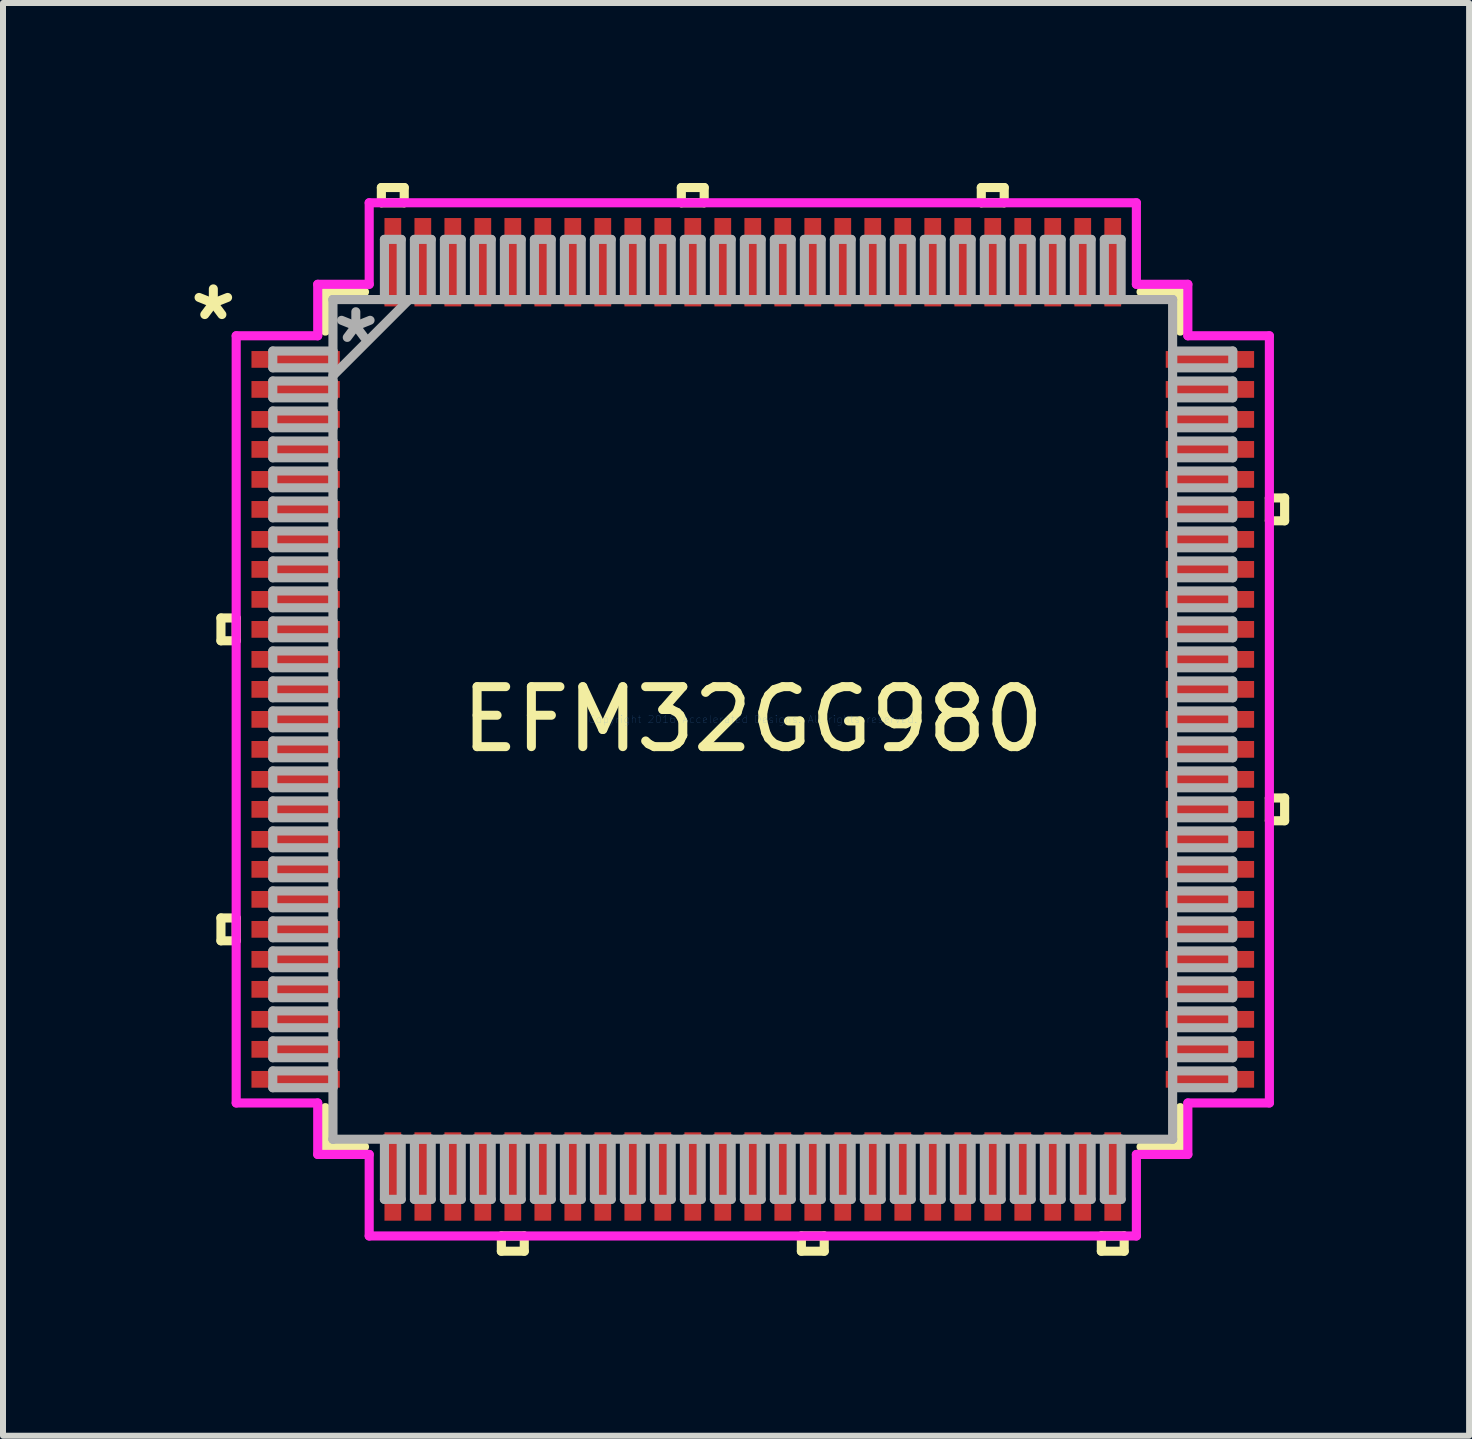
<source format=kicad_pcb>
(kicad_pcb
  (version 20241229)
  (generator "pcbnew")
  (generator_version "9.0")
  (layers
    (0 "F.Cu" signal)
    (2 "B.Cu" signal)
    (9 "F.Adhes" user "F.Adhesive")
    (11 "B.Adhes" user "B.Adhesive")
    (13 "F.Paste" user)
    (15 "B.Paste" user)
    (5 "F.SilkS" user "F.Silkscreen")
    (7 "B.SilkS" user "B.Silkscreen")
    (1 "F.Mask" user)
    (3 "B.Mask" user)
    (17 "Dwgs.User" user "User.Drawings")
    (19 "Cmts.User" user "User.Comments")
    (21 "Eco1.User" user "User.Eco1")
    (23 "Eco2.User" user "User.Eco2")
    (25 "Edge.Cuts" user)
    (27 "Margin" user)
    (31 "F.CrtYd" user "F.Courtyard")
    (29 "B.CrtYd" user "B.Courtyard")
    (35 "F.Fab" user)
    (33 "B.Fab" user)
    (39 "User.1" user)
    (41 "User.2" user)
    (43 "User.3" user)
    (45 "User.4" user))
  (footprint "EFM32GG980"
    (layer "F.Cu")
    (at 9.498 8.941)
    (property "Reference" "EFM32GG980" (at 0 0 0) (layer "F.SilkS") (effects (font (size 1 1) (thickness 0.15))))
    (attr through_hole)
    (fp_line (start -8.865 -1.69) (end -8.865 -1.31) (stroke (width 0.152) (type solid)) (layer "F.SilkS"))
    (fp_line (start -8.865 -1.31) (end -8.611 -1.31) (stroke (width 0.152) (type solid)) (layer "F.SilkS"))
    (fp_line (start -8.865 3.31) (end -8.865 3.691) (stroke (width 0.152) (type solid)) (layer "F.SilkS"))
    (fp_line (start -8.865 3.691) (end -8.611 3.691) (stroke (width 0.152) (type solid)) (layer "F.SilkS"))
    (fp_line (start -8.611 -1.69) (end -8.865 -1.69) (stroke (width 0.152) (type solid)) (layer "F.SilkS"))
    (fp_line (start -8.611 -1.31) (end -8.611 -1.69) (stroke (width 0.152) (type solid)) (layer "F.SilkS"))
    (fp_line (start -8.611 3.31) (end -8.865 3.31) (stroke (width 0.152) (type solid)) (layer "F.SilkS"))
    (fp_line (start -8.611 3.691) (end -8.611 3.31) (stroke (width 0.152) (type solid)) (layer "F.SilkS"))
    (fp_line (start -7.125 -7.125) (end -7.125 -6.472) (stroke (width 0.152) (type solid)) (layer "F.SilkS"))
    (fp_line (start -7.125 6.472) (end -7.125 7.125) (stroke (width 0.152) (type solid)) (layer "F.SilkS"))
    (fp_line (start -7.125 7.125) (end -6.472 7.125) (stroke (width 0.152) (type solid)) (layer "F.SilkS"))
    (fp_line (start -6.472 -7.125) (end -7.125 -7.125) (stroke (width 0.152) (type solid)) (layer "F.SilkS"))
    (fp_line (start -6.191 -8.865) (end -5.81 -8.865) (stroke (width 0.152) (type solid)) (layer "F.SilkS"))
    (fp_line (start -6.191 -8.611) (end -6.191 -8.865) (stroke (width 0.152) (type solid)) (layer "F.SilkS"))
    (fp_line (start -5.81 -8.865) (end -5.81 -8.611) (stroke (width 0.152) (type solid)) (layer "F.SilkS"))
    (fp_line (start -5.81 -8.611) (end -6.191 -8.611) (stroke (width 0.152) (type solid)) (layer "F.SilkS"))
    (fp_line (start -4.191 8.611) (end -4.191 8.865) (stroke (width 0.152) (type solid)) (layer "F.SilkS"))
    (fp_line (start -4.191 8.865) (end -3.809 8.865) (stroke (width 0.152) (type solid)) (layer "F.SilkS"))
    (fp_line (start -3.809 8.611) (end -4.191 8.611) (stroke (width 0.152) (type solid)) (layer "F.SilkS"))
    (fp_line (start -3.809 8.865) (end -3.809 8.611) (stroke (width 0.152) (type solid)) (layer "F.SilkS"))
    (fp_line (start -1.191 -8.865) (end -0.81 -8.865) (stroke (width 0.152) (type solid)) (layer "F.SilkS"))
    (fp_line (start -1.191 -8.611) (end -1.191 -8.865) (stroke (width 0.152) (type solid)) (layer "F.SilkS"))
    (fp_line (start -0.81 -8.865) (end -0.81 -8.611) (stroke (width 0.152) (type solid)) (layer "F.SilkS"))
    (fp_line (start -0.81 -8.611) (end -1.191 -8.611) (stroke (width 0.152) (type solid)) (layer "F.SilkS"))
    (fp_line (start 0.81 8.611) (end 0.81 8.865) (stroke (width 0.152) (type solid)) (layer "F.SilkS"))
    (fp_line (start 0.81 8.865) (end 1.191 8.865) (stroke (width 0.152) (type solid)) (layer "F.SilkS"))
    (fp_line (start 1.191 8.611) (end 0.81 8.611) (stroke (width 0.152) (type solid)) (layer "F.SilkS"))
    (fp_line (start 1.191 8.865) (end 1.191 8.611) (stroke (width 0.152) (type solid)) (layer "F.SilkS"))
    (fp_line (start 3.809 -8.865) (end 4.191 -8.865) (stroke (width 0.152) (type solid)) (layer "F.SilkS"))
    (fp_line (start 3.809 -8.611) (end 3.809 -8.865) (stroke (width 0.152) (type solid)) (layer "F.SilkS"))
    (fp_line (start 4.191 -8.865) (end 4.191 -8.611) (stroke (width 0.152) (type solid)) (layer "F.SilkS"))
    (fp_line (start 4.191 -8.611) (end 3.809 -8.611) (stroke (width 0.152) (type solid)) (layer "F.SilkS"))
    (fp_line (start 5.81 8.611) (end 5.81 8.865) (stroke (width 0.152) (type solid)) (layer "F.SilkS"))
    (fp_line (start 5.81 8.865) (end 6.191 8.865) (stroke (width 0.152) (type solid)) (layer "F.SilkS"))
    (fp_line (start 6.191 8.611) (end 5.81 8.611) (stroke (width 0.152) (type solid)) (layer "F.SilkS"))
    (fp_line (start 6.191 8.865) (end 6.191 8.611) (stroke (width 0.152) (type solid)) (layer "F.SilkS"))
    (fp_line (start 6.472 7.125) (end 7.125 7.125) (stroke (width 0.152) (type solid)) (layer "F.SilkS"))
    (fp_line (start 7.125 -7.125) (end 6.472 -7.125) (stroke (width 0.152) (type solid)) (layer "F.SilkS"))
    (fp_line (start 7.125 -6.472) (end 7.125 -7.125) (stroke (width 0.152) (type solid)) (layer "F.SilkS"))
    (fp_line (start 7.125 7.125) (end 7.125 6.472) (stroke (width 0.152) (type solid)) (layer "F.SilkS"))
    (fp_line (start 8.611 -3.691) (end 8.865 -3.691) (stroke (width 0.152) (type solid)) (layer "F.SilkS"))
    (fp_line (start 8.611 -3.31) (end 8.611 -3.691) (stroke (width 0.152) (type solid)) (layer "F.SilkS"))
    (fp_line (start 8.611 1.31) (end 8.865 1.31) (stroke (width 0.152) (type solid)) (layer "F.SilkS"))
    (fp_line (start 8.611 1.69) (end 8.611 1.31) (stroke (width 0.152) (type solid)) (layer "F.SilkS"))
    (fp_line (start 8.865 -3.691) (end 8.865 -3.31) (stroke (width 0.152) (type solid)) (layer "F.SilkS"))
    (fp_line (start 8.865 -3.31) (end 8.611 -3.31) (stroke (width 0.152) (type solid)) (layer "F.SilkS"))
    (fp_line (start 8.865 1.31) (end 8.865 1.69) (stroke (width 0.152) (type solid)) (layer "F.SilkS"))
    (fp_line (start 8.865 1.69) (end 8.611 1.69) (stroke (width 0.152) (type solid)) (layer "F.SilkS"))
    (fp_line (start -8.611 -6.394) (end -7.252 -6.394) (stroke (width 0.152) (type solid)) (layer "F.CrtYd"))
    (fp_line (start -8.611 6.394) (end -8.611 -6.394) (stroke (width 0.152) (type solid)) (layer "F.CrtYd"))
    (fp_line (start -7.252 -7.252) (end -6.394 -7.252) (stroke (width 0.152) (type solid)) (layer "F.CrtYd"))
    (fp_line (start -7.252 -6.394) (end -7.252 -7.252) (stroke (width 0.152) (type solid)) (layer "F.CrtYd"))
    (fp_line (start -7.252 6.394) (end -8.611 6.394) (stroke (width 0.152) (type solid)) (layer "F.CrtYd"))
    (fp_line (start -7.252 7.252) (end -7.252 6.394) (stroke (width 0.152) (type solid)) (layer "F.CrtYd"))
    (fp_line (start -6.394 -8.611) (end 6.394 -8.611) (stroke (width 0.152) (type solid)) (layer "F.CrtYd"))
    (fp_line (start -6.394 -7.252) (end -6.394 -8.611) (stroke (width 0.152) (type solid)) (layer "F.CrtYd"))
    (fp_line (start -6.394 7.252) (end -7.252 7.252) (stroke (width 0.152) (type solid)) (layer "F.CrtYd"))
    (fp_line (start -6.394 8.611) (end -6.394 7.252) (stroke (width 0.152) (type solid)) (layer "F.CrtYd"))
    (fp_line (start 6.394 -8.611) (end 6.394 -7.252) (stroke (width 0.152) (type solid)) (layer "F.CrtYd"))
    (fp_line (start 6.394 -7.252) (end 7.252 -7.252) (stroke (width 0.152) (type solid)) (layer "F.CrtYd"))
    (fp_line (start 6.394 7.252) (end 6.394 8.611) (stroke (width 0.152) (type solid)) (layer "F.CrtYd"))
    (fp_line (start 6.394 8.611) (end -6.394 8.611) (stroke (width 0.152) (type solid)) (layer "F.CrtYd"))
    (fp_line (start 7.252 -7.252) (end 7.252 -6.394) (stroke (width 0.152) (type solid)) (layer "F.CrtYd"))
    (fp_line (start 7.252 -6.394) (end 8.611 -6.394) (stroke (width 0.152) (type solid)) (layer "F.CrtYd"))
    (fp_line (start 7.252 6.394) (end 7.252 7.252) (stroke (width 0.152) (type solid)) (layer "F.CrtYd"))
    (fp_line (start 7.252 7.252) (end 6.394 7.252) (stroke (width 0.152) (type solid)) (layer "F.CrtYd"))
    (fp_line (start 8.611 -6.394) (end 8.611 6.394) (stroke (width 0.152) (type solid)) (layer "F.CrtYd"))
    (fp_line (start 8.611 6.394) (end 7.252 6.394) (stroke (width 0.152) (type solid)) (layer "F.CrtYd"))
    (fp_line (start -8.001 -6.14) (end -8.001 -5.86) (stroke (width 0.152) (type solid)) (layer "F.Fab"))
    (fp_line (start -8.001 -5.86) (end -6.998 -5.86) (stroke (width 0.152) (type solid)) (layer "F.Fab"))
    (fp_line (start -8.001 -5.64) (end -8.001 -5.36) (stroke (width 0.152) (type solid)) (layer "F.Fab"))
    (fp_line (start -8.001 -5.36) (end -6.998 -5.36) (stroke (width 0.152) (type solid)) (layer "F.Fab"))
    (fp_line (start -8.001 -5.14) (end -8.001 -4.86) (stroke (width 0.152) (type solid)) (layer "F.Fab"))
    (fp_line (start -8.001 -4.86) (end -6.998 -4.86) (stroke (width 0.152) (type solid)) (layer "F.Fab"))
    (fp_line (start -8.001 -4.64) (end -8.001 -4.36) (stroke (width 0.152) (type solid)) (layer "F.Fab"))
    (fp_line (start -8.001 -4.36) (end -6.998 -4.36) (stroke (width 0.152) (type solid)) (layer "F.Fab"))
    (fp_line (start -8.001 -4.14) (end -8.001 -3.86) (stroke (width 0.152) (type solid)) (layer "F.Fab"))
    (fp_line (start -8.001 -3.86) (end -6.998 -3.86) (stroke (width 0.152) (type solid)) (layer "F.Fab"))
    (fp_line (start -8.001 -3.64) (end -8.001 -3.36) (stroke (width 0.152) (type solid)) (layer "F.Fab"))
    (fp_line (start -8.001 -3.36) (end -6.998 -3.36) (stroke (width 0.152) (type solid)) (layer "F.Fab"))
    (fp_line (start -8.001 -3.14) (end -8.001 -2.86) (stroke (width 0.152) (type solid)) (layer "F.Fab"))
    (fp_line (start -8.001 -2.86) (end -6.998 -2.86) (stroke (width 0.152) (type solid)) (layer "F.Fab"))
    (fp_line (start -8.001 -2.64) (end -8.001 -2.36) (stroke (width 0.152) (type solid)) (layer "F.Fab"))
    (fp_line (start -8.001 -2.36) (end -6.998 -2.36) (stroke (width 0.152) (type solid)) (layer "F.Fab"))
    (fp_line (start -8.001 -2.14) (end -8.001 -1.86) (stroke (width 0.152) (type solid)) (layer "F.Fab"))
    (fp_line (start -8.001 -1.86) (end -6.998 -1.86) (stroke (width 0.152) (type solid)) (layer "F.Fab"))
    (fp_line (start -8.001 -1.64) (end -8.001 -1.36) (stroke (width 0.152) (type solid)) (layer "F.Fab"))
    (fp_line (start -8.001 -1.36) (end -6.998 -1.36) (stroke (width 0.152) (type solid)) (layer "F.Fab"))
    (fp_line (start -8.001 -1.14) (end -8.001 -0.86) (stroke (width 0.152) (type solid)) (layer "F.Fab"))
    (fp_line (start -8.001 -0.86) (end -6.998 -0.86) (stroke (width 0.152) (type solid)) (layer "F.Fab"))
    (fp_line (start -8.001 -0.64) (end -8.001 -0.36) (stroke (width 0.152) (type solid)) (layer "F.Fab"))
    (fp_line (start -8.001 -0.36) (end -6.998 -0.36) (stroke (width 0.152) (type solid)) (layer "F.Fab"))
    (fp_line (start -8.001 -0.14) (end -8.001 0.14) (stroke (width 0.152) (type solid)) (layer "F.Fab"))
    (fp_line (start -8.001 0.14) (end -6.998 0.14) (stroke (width 0.152) (type solid)) (layer "F.Fab"))
    (fp_line (start -8.001 0.36) (end -8.001 0.64) (stroke (width 0.152) (type solid)) (layer "F.Fab"))
    (fp_line (start -8.001 0.64) (end -6.998 0.64) (stroke (width 0.152) (type solid)) (layer "F.Fab"))
    (fp_line (start -8.001 0.86) (end -8.001 1.14) (stroke (width 0.152) (type solid)) (layer "F.Fab"))
    (fp_line (start -8.001 1.14) (end -6.998 1.14) (stroke (width 0.152) (type solid)) (layer "F.Fab"))
    (fp_line (start -8.001 1.36) (end -8.001 1.64) (stroke (width 0.152) (type solid)) (layer "F.Fab"))
    (fp_line (start -8.001 1.64) (end -6.998 1.64) (stroke (width 0.152) (type solid)) (layer "F.Fab"))
    (fp_line (start -8.001 1.86) (end -8.001 2.14) (stroke (width 0.152) (type solid)) (layer "F.Fab"))
    (fp_line (start -8.001 2.14) (end -6.998 2.14) (stroke (width 0.152) (type solid)) (layer "F.Fab"))
    (fp_line (start -8.001 2.36) (end -8.001 2.64) (stroke (width 0.152) (type solid)) (layer "F.Fab"))
    (fp_line (start -8.001 2.64) (end -6.998 2.64) (stroke (width 0.152) (type solid)) (layer "F.Fab"))
    (fp_line (start -8.001 2.86) (end -8.001 3.14) (stroke (width 0.152) (type solid)) (layer "F.Fab"))
    (fp_line (start -8.001 3.14) (end -6.998 3.14) (stroke (width 0.152) (type solid)) (layer "F.Fab"))
    (fp_line (start -8.001 3.36) (end -8.001 3.64) (stroke (width 0.152) (type solid)) (layer "F.Fab"))
    (fp_line (start -8.001 3.64) (end -6.998 3.64) (stroke (width 0.152) (type solid)) (layer "F.Fab"))
    (fp_line (start -8.001 3.86) (end -8.001 4.14) (stroke (width 0.152) (type solid)) (layer "F.Fab"))
    (fp_line (start -8.001 4.14) (end -6.998 4.14) (stroke (width 0.152) (type solid)) (layer "F.Fab"))
    (fp_line (start -8.001 4.36) (end -8.001 4.64) (stroke (width 0.152) (type solid)) (layer "F.Fab"))
    (fp_line (start -8.001 4.64) (end -6.998 4.64) (stroke (width 0.152) (type solid)) (layer "F.Fab"))
    (fp_line (start -8.001 4.86) (end -8.001 5.14) (stroke (width 0.152) (type solid)) (layer "F.Fab"))
    (fp_line (start -8.001 5.14) (end -6.998 5.14) (stroke (width 0.152) (type solid)) (layer "F.Fab"))
    (fp_line (start -8.001 5.36) (end -8.001 5.64) (stroke (width 0.152) (type solid)) (layer "F.Fab"))
    (fp_line (start -8.001 5.64) (end -6.998 5.64) (stroke (width 0.152) (type solid)) (layer "F.Fab"))
    (fp_line (start -8.001 5.86) (end -8.001 6.14) (stroke (width 0.152) (type solid)) (layer "F.Fab"))
    (fp_line (start -8.001 6.14) (end -6.998 6.14) (stroke (width 0.152) (type solid)) (layer "F.Fab"))
    (fp_line (start -6.998 -6.998) (end -6.998 -6.998) (stroke (width 0.152) (type solid)) (layer "F.Fab"))
    (fp_line (start -6.998 -6.998) (end -6.998 6.998) (stroke (width 0.152) (type solid)) (layer "F.Fab"))
    (fp_line (start -6.998 -6.14) (end -8.001 -6.14) (stroke (width 0.152) (type solid)) (layer "F.Fab"))
    (fp_line (start -6.998 -5.86) (end -6.998 -6.14) (stroke (width 0.152) (type solid)) (layer "F.Fab"))
    (fp_line (start -6.998 -5.728) (end -5.728 -6.998) (stroke (width 0.152) (type solid)) (layer "F.Fab"))
    (fp_line (start -6.998 -5.64) (end -8.001 -5.64) (stroke (width 0.152) (type solid)) (layer "F.Fab"))
    (fp_line (start -6.998 -5.36) (end -6.998 -5.64) (stroke (width 0.152) (type solid)) (layer "F.Fab"))
    (fp_line (start -6.998 -5.14) (end -8.001 -5.14) (stroke (width 0.152) (type solid)) (layer "F.Fab"))
    (fp_line (start -6.998 -4.86) (end -6.998 -5.14) (stroke (width 0.152) (type solid)) (layer "F.Fab"))
    (fp_line (start -6.998 -4.64) (end -8.001 -4.64) (stroke (width 0.152) (type solid)) (layer "F.Fab"))
    (fp_line (start -6.998 -4.36) (end -6.998 -4.64) (stroke (width 0.152) (type solid)) (layer "F.Fab"))
    (fp_line (start -6.998 -4.14) (end -8.001 -4.14) (stroke (width 0.152) (type solid)) (layer "F.Fab"))
    (fp_line (start -6.998 -3.86) (end -6.998 -4.14) (stroke (width 0.152) (type solid)) (layer "F.Fab"))
    (fp_line (start -6.998 -3.64) (end -8.001 -3.64) (stroke (width 0.152) (type solid)) (layer "F.Fab"))
    (fp_line (start -6.998 -3.36) (end -6.998 -3.64) (stroke (width 0.152) (type solid)) (layer "F.Fab"))
    (fp_line (start -6.998 -3.14) (end -8.001 -3.14) (stroke (width 0.152) (type solid)) (layer "F.Fab"))
    (fp_line (start -6.998 -2.86) (end -6.998 -3.14) (stroke (width 0.152) (type solid)) (layer "F.Fab"))
    (fp_line (start -6.998 -2.64) (end -8.001 -2.64) (stroke (width 0.152) (type solid)) (layer "F.Fab"))
    (fp_line (start -6.998 -2.36) (end -6.998 -2.64) (stroke (width 0.152) (type solid)) (layer "F.Fab"))
    (fp_line (start -6.998 -2.14) (end -8.001 -2.14) (stroke (width 0.152) (type solid)) (layer "F.Fab"))
    (fp_line (start -6.998 -1.86) (end -6.998 -2.14) (stroke (width 0.152) (type solid)) (layer "F.Fab"))
    (fp_line (start -6.998 -1.64) (end -8.001 -1.64) (stroke (width 0.152) (type solid)) (layer "F.Fab"))
    (fp_line (start -6.998 -1.36) (end -6.998 -1.64) (stroke (width 0.152) (type solid)) (layer "F.Fab"))
    (fp_line (start -6.998 -1.14) (end -8.001 -1.14) (stroke (width 0.152) (type solid)) (layer "F.Fab"))
    (fp_line (start -6.998 -0.86) (end -6.998 -1.14) (stroke (width 0.152) (type solid)) (layer "F.Fab"))
    (fp_line (start -6.998 -0.64) (end -8.001 -0.64) (stroke (width 0.152) (type solid)) (layer "F.Fab"))
    (fp_line (start -6.998 -0.36) (end -6.998 -0.64) (stroke (width 0.152) (type solid)) (layer "F.Fab"))
    (fp_line (start -6.998 -0.14) (end -8.001 -0.14) (stroke (width 0.152) (type solid)) (layer "F.Fab"))
    (fp_line (start -6.998 0.14) (end -6.998 -0.14) (stroke (width 0.152) (type solid)) (layer "F.Fab"))
    (fp_line (start -6.998 0.36) (end -8.001 0.36) (stroke (width 0.152) (type solid)) (layer "F.Fab"))
    (fp_line (start -6.998 0.64) (end -6.998 0.36) (stroke (width 0.152) (type solid)) (layer "F.Fab"))
    (fp_line (start -6.998 0.86) (end -8.001 0.86) (stroke (width 0.152) (type solid)) (layer "F.Fab"))
    (fp_line (start -6.998 1.14) (end -6.998 0.86) (stroke (width 0.152) (type solid)) (layer "F.Fab"))
    (fp_line (start -6.998 1.36) (end -8.001 1.36) (stroke (width 0.152) (type solid)) (layer "F.Fab"))
    (fp_line (start -6.998 1.64) (end -6.998 1.36) (stroke (width 0.152) (type solid)) (layer "F.Fab"))
    (fp_line (start -6.998 1.86) (end -8.001 1.86) (stroke (width 0.152) (type solid)) (layer "F.Fab"))
    (fp_line (start -6.998 2.14) (end -6.998 1.86) (stroke (width 0.152) (type solid)) (layer "F.Fab"))
    (fp_line (start -6.998 2.36) (end -8.001 2.36) (stroke (width 0.152) (type solid)) (layer "F.Fab"))
    (fp_line (start -6.998 2.64) (end -6.998 2.36) (stroke (width 0.152) (type solid)) (layer "F.Fab"))
    (fp_line (start -6.998 2.86) (end -8.001 2.86) (stroke (width 0.152) (type solid)) (layer "F.Fab"))
    (fp_line (start -6.998 3.14) (end -6.998 2.86) (stroke (width 0.152) (type solid)) (layer "F.Fab"))
    (fp_line (start -6.998 3.36) (end -8.001 3.36) (stroke (width 0.152) (type solid)) (layer "F.Fab"))
    (fp_line (start -6.998 3.64) (end -6.998 3.36) (stroke (width 0.152) (type solid)) (layer "F.Fab"))
    (fp_line (start -6.998 3.86) (end -8.001 3.86) (stroke (width 0.152) (type solid)) (layer "F.Fab"))
    (fp_line (start -6.998 4.14) (end -6.998 3.86) (stroke (width 0.152) (type solid)) (layer "F.Fab"))
    (fp_line (start -6.998 4.36) (end -8.001 4.36) (stroke (width 0.152) (type solid)) (layer "F.Fab"))
    (fp_line (start -6.998 4.64) (end -6.998 4.36) (stroke (width 0.152) (type solid)) (layer "F.Fab"))
    (fp_line (start -6.998 4.86) (end -8.001 4.86) (stroke (width 0.152) (type solid)) (layer "F.Fab"))
    (fp_line (start -6.998 5.14) (end -6.998 4.86) (stroke (width 0.152) (type solid)) (layer "F.Fab"))
    (fp_line (start -6.998 5.36) (end -8.001 5.36) (stroke (width 0.152) (type solid)) (layer "F.Fab"))
    (fp_line (start -6.998 5.64) (end -6.998 5.36) (stroke (width 0.152) (type solid)) (layer "F.Fab"))
    (fp_line (start -6.998 5.86) (end -8.001 5.86) (stroke (width 0.152) (type solid)) (layer "F.Fab"))
    (fp_line (start -6.998 6.14) (end -6.998 5.86) (stroke (width 0.152) (type solid)) (layer "F.Fab"))
    (fp_line (start -6.998 6.998) (end -6.998 6.998) (stroke (width 0.152) (type solid)) (layer "F.Fab"))
    (fp_line (start -6.998 6.998) (end 6.998 6.998) (stroke (width 0.152) (type solid)) (layer "F.Fab"))
    (fp_line (start -6.14 -8.001) (end -6.14 -6.998) (stroke (width 0.152) (type solid)) (layer "F.Fab"))
    (fp_line (start -6.14 -6.998) (end -5.86 -6.998) (stroke (width 0.152) (type solid)) (layer "F.Fab"))
    (fp_line (start -6.14 6.998) (end -6.14 8.001) (stroke (width 0.152) (type solid)) (layer "F.Fab"))
    (fp_line (start -6.14 8.001) (end -5.86 8.001) (stroke (width 0.152) (type solid)) (layer "F.Fab"))
    (fp_line (start -5.86 -8.001) (end -6.14 -8.001) (stroke (width 0.152) (type solid)) (layer "F.Fab"))
    (fp_line (start -5.86 -6.998) (end -5.86 -8.001) (stroke (width 0.152) (type solid)) (layer "F.Fab"))
    (fp_line (start -5.86 6.998) (end -6.14 6.998) (stroke (width 0.152) (type solid)) (layer "F.Fab"))
    (fp_line (start -5.86 8.001) (end -5.86 6.998) (stroke (width 0.152) (type solid)) (layer "F.Fab"))
    (fp_line (start -5.64 -8.001) (end -5.64 -6.998) (stroke (width 0.152) (type solid)) (layer "F.Fab"))
    (fp_line (start -5.64 -6.998) (end -5.36 -6.998) (stroke (width 0.152) (type solid)) (layer "F.Fab"))
    (fp_line (start -5.64 6.998) (end -5.64 8.001) (stroke (width 0.152) (type solid)) (layer "F.Fab"))
    (fp_line (start -5.64 8.001) (end -5.36 8.001) (stroke (width 0.152) (type solid)) (layer "F.Fab"))
    (fp_line (start -5.36 -8.001) (end -5.64 -8.001) (stroke (width 0.152) (type solid)) (layer "F.Fab"))
    (fp_line (start -5.36 -6.998) (end -5.36 -8.001) (stroke (width 0.152) (type solid)) (layer "F.Fab"))
    (fp_line (start -5.36 6.998) (end -5.64 6.998) (stroke (width 0.152) (type solid)) (layer "F.Fab"))
    (fp_line (start -5.36 8.001) (end -5.36 6.998) (stroke (width 0.152) (type solid)) (layer "F.Fab"))
    (fp_line (start -5.14 -8.001) (end -5.14 -6.998) (stroke (width 0.152) (type solid)) (layer "F.Fab"))
    (fp_line (start -5.14 -6.998) (end -4.86 -6.998) (stroke (width 0.152) (type solid)) (layer "F.Fab"))
    (fp_line (start -5.14 6.998) (end -5.14 8.001) (stroke (width 0.152) (type solid)) (layer "F.Fab"))
    (fp_line (start -5.14 8.001) (end -4.86 8.001) (stroke (width 0.152) (type solid)) (layer "F.Fab"))
    (fp_line (start -4.86 -8.001) (end -5.14 -8.001) (stroke (width 0.152) (type solid)) (layer "F.Fab"))
    (fp_line (start -4.86 -6.998) (end -4.86 -8.001) (stroke (width 0.152) (type solid)) (layer "F.Fab"))
    (fp_line (start -4.86 6.998) (end -5.14 6.998) (stroke (width 0.152) (type solid)) (layer "F.Fab"))
    (fp_line (start -4.86 8.001) (end -4.86 6.998) (stroke (width 0.152) (type solid)) (layer "F.Fab"))
    (fp_line (start -4.64 -8.001) (end -4.64 -6.998) (stroke (width 0.152) (type solid)) (layer "F.Fab"))
    (fp_line (start -4.64 -6.998) (end -4.36 -6.998) (stroke (width 0.152) (type solid)) (layer "F.Fab"))
    (fp_line (start -4.64 6.998) (end -4.64 8.001) (stroke (width 0.152) (type solid)) (layer "F.Fab"))
    (fp_line (start -4.64 8.001) (end -4.36 8.001) (stroke (width 0.152) (type solid)) (layer "F.Fab"))
    (fp_line (start -4.36 -8.001) (end -4.64 -8.001) (stroke (width 0.152) (type solid)) (layer "F.Fab"))
    (fp_line (start -4.36 -6.998) (end -4.36 -8.001) (stroke (width 0.152) (type solid)) (layer "F.Fab"))
    (fp_line (start -4.36 6.998) (end -4.64 6.998) (stroke (width 0.152) (type solid)) (layer "F.Fab"))
    (fp_line (start -4.36 8.001) (end -4.36 6.998) (stroke (width 0.152) (type solid)) (layer "F.Fab"))
    (fp_line (start -4.14 -8.001) (end -4.14 -6.998) (stroke (width 0.152) (type solid)) (layer "F.Fab"))
    (fp_line (start -4.14 -6.998) (end -3.86 -6.998) (stroke (width 0.152) (type solid)) (layer "F.Fab"))
    (fp_line (start -4.14 6.998) (end -4.14 8.001) (stroke (width 0.152) (type solid)) (layer "F.Fab"))
    (fp_line (start -4.14 8.001) (end -3.86 8.001) (stroke (width 0.152) (type solid)) (layer "F.Fab"))
    (fp_line (start -3.86 -8.001) (end -4.14 -8.001) (stroke (width 0.152) (type solid)) (layer "F.Fab"))
    (fp_line (start -3.86 -6.998) (end -3.86 -8.001) (stroke (width 0.152) (type solid)) (layer "F.Fab"))
    (fp_line (start -3.86 6.998) (end -4.14 6.998) (stroke (width 0.152) (type solid)) (layer "F.Fab"))
    (fp_line (start -3.86 8.001) (end -3.86 6.998) (stroke (width 0.152) (type solid)) (layer "F.Fab"))
    (fp_line (start -3.64 -8.001) (end -3.64 -6.998) (stroke (width 0.152) (type solid)) (layer "F.Fab"))
    (fp_line (start -3.64 -6.998) (end -3.36 -6.998) (stroke (width 0.152) (type solid)) (layer "F.Fab"))
    (fp_line (start -3.64 6.998) (end -3.64 8.001) (stroke (width 0.152) (type solid)) (layer "F.Fab"))
    (fp_line (start -3.64 8.001) (end -3.36 8.001) (stroke (width 0.152) (type solid)) (layer "F.Fab"))
    (fp_line (start -3.36 -8.001) (end -3.64 -8.001) (stroke (width 0.152) (type solid)) (layer "F.Fab"))
    (fp_line (start -3.36 -6.998) (end -3.36 -8.001) (stroke (width 0.152) (type solid)) (layer "F.Fab"))
    (fp_line (start -3.36 6.998) (end -3.64 6.998) (stroke (width 0.152) (type solid)) (layer "F.Fab"))
    (fp_line (start -3.36 8.001) (end -3.36 6.998) (stroke (width 0.152) (type solid)) (layer "F.Fab"))
    (fp_line (start -3.14 -8.001) (end -3.14 -6.998) (stroke (width 0.152) (type solid)) (layer "F.Fab"))
    (fp_line (start -3.14 -6.998) (end -2.86 -6.998) (stroke (width 0.152) (type solid)) (layer "F.Fab"))
    (fp_line (start -3.14 6.998) (end -3.14 8.001) (stroke (width 0.152) (type solid)) (layer "F.Fab"))
    (fp_line (start -3.14 8.001) (end -2.86 8.001) (stroke (width 0.152) (type solid)) (layer "F.Fab"))
    (fp_line (start -2.86 -8.001) (end -3.14 -8.001) (stroke (width 0.152) (type solid)) (layer "F.Fab"))
    (fp_line (start -2.86 -6.998) (end -2.86 -8.001) (stroke (width 0.152) (type solid)) (layer "F.Fab"))
    (fp_line (start -2.86 6.998) (end -3.14 6.998) (stroke (width 0.152) (type solid)) (layer "F.Fab"))
    (fp_line (start -2.86 8.001) (end -2.86 6.998) (stroke (width 0.152) (type solid)) (layer "F.Fab"))
    (fp_line (start -2.64 -8.001) (end -2.64 -6.998) (stroke (width 0.152) (type solid)) (layer "F.Fab"))
    (fp_line (start -2.64 -6.998) (end -2.36 -6.998) (stroke (width 0.152) (type solid)) (layer "F.Fab"))
    (fp_line (start -2.64 6.998) (end -2.64 8.001) (stroke (width 0.152) (type solid)) (layer "F.Fab"))
    (fp_line (start -2.64 8.001) (end -2.36 8.001) (stroke (width 0.152) (type solid)) (layer "F.Fab"))
    (fp_line (start -2.36 -8.001) (end -2.64 -8.001) (stroke (width 0.152) (type solid)) (layer "F.Fab"))
    (fp_line (start -2.36 -6.998) (end -2.36 -8.001) (stroke (width 0.152) (type solid)) (layer "F.Fab"))
    (fp_line (start -2.36 6.998) (end -2.64 6.998) (stroke (width 0.152) (type solid)) (layer "F.Fab"))
    (fp_line (start -2.36 8.001) (end -2.36 6.998) (stroke (width 0.152) (type solid)) (layer "F.Fab"))
    (fp_line (start -2.14 -8.001) (end -2.14 -6.998) (stroke (width 0.152) (type solid)) (layer "F.Fab"))
    (fp_line (start -2.14 -6.998) (end -1.86 -6.998) (stroke (width 0.152) (type solid)) (layer "F.Fab"))
    (fp_line (start -2.14 6.998) (end -2.14 8.001) (stroke (width 0.152) (type solid)) (layer "F.Fab"))
    (fp_line (start -2.14 8.001) (end -1.86 8.001) (stroke (width 0.152) (type solid)) (layer "F.Fab"))
    (fp_line (start -1.86 -8.001) (end -2.14 -8.001) (stroke (width 0.152) (type solid)) (layer "F.Fab"))
    (fp_line (start -1.86 -6.998) (end -1.86 -8.001) (stroke (width 0.152) (type solid)) (layer "F.Fab"))
    (fp_line (start -1.86 6.998) (end -2.14 6.998) (stroke (width 0.152) (type solid)) (layer "F.Fab"))
    (fp_line (start -1.86 8.001) (end -1.86 6.998) (stroke (width 0.152) (type solid)) (layer "F.Fab"))
    (fp_line (start -1.64 -8.001) (end -1.64 -6.998) (stroke (width 0.152) (type solid)) (layer "F.Fab"))
    (fp_line (start -1.64 -6.998) (end -1.36 -6.998) (stroke (width 0.152) (type solid)) (layer "F.Fab"))
    (fp_line (start -1.64 6.998) (end -1.64 8.001) (stroke (width 0.152) (type solid)) (layer "F.Fab"))
    (fp_line (start -1.64 8.001) (end -1.36 8.001) (stroke (width 0.152) (type solid)) (layer "F.Fab"))
    (fp_line (start -1.36 -8.001) (end -1.64 -8.001) (stroke (width 0.152) (type solid)) (layer "F.Fab"))
    (fp_line (start -1.36 -6.998) (end -1.36 -8.001) (stroke (width 0.152) (type solid)) (layer "F.Fab"))
    (fp_line (start -1.36 6.998) (end -1.64 6.998) (stroke (width 0.152) (type solid)) (layer "F.Fab"))
    (fp_line (start -1.36 8.001) (end -1.36 6.998) (stroke (width 0.152) (type solid)) (layer "F.Fab"))
    (fp_line (start -1.14 -8.001) (end -1.14 -6.998) (stroke (width 0.152) (type solid)) (layer "F.Fab"))
    (fp_line (start -1.14 -6.998) (end -0.86 -6.998) (stroke (width 0.152) (type solid)) (layer "F.Fab"))
    (fp_line (start -1.14 6.998) (end -1.14 8.001) (stroke (width 0.152) (type solid)) (layer "F.Fab"))
    (fp_line (start -1.14 8.001) (end -0.86 8.001) (stroke (width 0.152) (type solid)) (layer "F.Fab"))
    (fp_line (start -0.86 -8.001) (end -1.14 -8.001) (stroke (width 0.152) (type solid)) (layer "F.Fab"))
    (fp_line (start -0.86 -6.998) (end -0.86 -8.001) (stroke (width 0.152) (type solid)) (layer "F.Fab"))
    (fp_line (start -0.86 6.998) (end -1.14 6.998) (stroke (width 0.152) (type solid)) (layer "F.Fab"))
    (fp_line (start -0.86 8.001) (end -0.86 6.998) (stroke (width 0.152) (type solid)) (layer "F.Fab"))
    (fp_line (start -0.64 -8.001) (end -0.64 -6.998) (stroke (width 0.152) (type solid)) (layer "F.Fab"))
    (fp_line (start -0.64 -6.998) (end -0.36 -6.998) (stroke (width 0.152) (type solid)) (layer "F.Fab"))
    (fp_line (start -0.64 6.998) (end -0.64 8.001) (stroke (width 0.152) (type solid)) (layer "F.Fab"))
    (fp_line (start -0.64 8.001) (end -0.36 8.001) (stroke (width 0.152) (type solid)) (layer "F.Fab"))
    (fp_line (start -0.36 -8.001) (end -0.64 -8.001) (stroke (width 0.152) (type solid)) (layer "F.Fab"))
    (fp_line (start -0.36 -6.998) (end -0.36 -8.001) (stroke (width 0.152) (type solid)) (layer "F.Fab"))
    (fp_line (start -0.36 6.998) (end -0.64 6.998) (stroke (width 0.152) (type solid)) (layer "F.Fab"))
    (fp_line (start -0.36 8.001) (end -0.36 6.998) (stroke (width 0.152) (type solid)) (layer "F.Fab"))
    (fp_line (start -0.14 -8.001) (end -0.14 -6.998) (stroke (width 0.152) (type solid)) (layer "F.Fab"))
    (fp_line (start -0.14 -6.998) (end 0.14 -6.998) (stroke (width 0.152) (type solid)) (layer "F.Fab"))
    (fp_line (start -0.14 6.998) (end -0.14 8.001) (stroke (width 0.152) (type solid)) (layer "F.Fab"))
    (fp_line (start -0.14 8.001) (end 0.14 8.001) (stroke (width 0.152) (type solid)) (layer "F.Fab"))
    (fp_line (start 0.14 -8.001) (end -0.14 -8.001) (stroke (width 0.152) (type solid)) (layer "F.Fab"))
    (fp_line (start 0.14 -6.998) (end 0.14 -8.001) (stroke (width 0.152) (type solid)) (layer "F.Fab"))
    (fp_line (start 0.14 6.998) (end -0.14 6.998) (stroke (width 0.152) (type solid)) (layer "F.Fab"))
    (fp_line (start 0.14 8.001) (end 0.14 6.998) (stroke (width 0.152) (type solid)) (layer "F.Fab"))
    (fp_line (start 0.36 -8.001) (end 0.36 -6.998) (stroke (width 0.152) (type solid)) (layer "F.Fab"))
    (fp_line (start 0.36 -6.998) (end 0.64 -6.998) (stroke (width 0.152) (type solid)) (layer "F.Fab"))
    (fp_line (start 0.36 6.998) (end 0.36 8.001) (stroke (width 0.152) (type solid)) (layer "F.Fab"))
    (fp_line (start 0.36 8.001) (end 0.64 8.001) (stroke (width 0.152) (type solid)) (layer "F.Fab"))
    (fp_line (start 0.64 -8.001) (end 0.36 -8.001) (stroke (width 0.152) (type solid)) (layer "F.Fab"))
    (fp_line (start 0.64 -6.998) (end 0.64 -8.001) (stroke (width 0.152) (type solid)) (layer "F.Fab"))
    (fp_line (start 0.64 6.998) (end 0.36 6.998) (stroke (width 0.152) (type solid)) (layer "F.Fab"))
    (fp_line (start 0.64 8.001) (end 0.64 6.998) (stroke (width 0.152) (type solid)) (layer "F.Fab"))
    (fp_line (start 0.86 -8.001) (end 0.86 -6.998) (stroke (width 0.152) (type solid)) (layer "F.Fab"))
    (fp_line (start 0.86 -6.998) (end 1.14 -6.998) (stroke (width 0.152) (type solid)) (layer "F.Fab"))
    (fp_line (start 0.86 6.998) (end 0.86 8.001) (stroke (width 0.152) (type solid)) (layer "F.Fab"))
    (fp_line (start 0.86 8.001) (end 1.14 8.001) (stroke (width 0.152) (type solid)) (layer "F.Fab"))
    (fp_line (start 1.14 -8.001) (end 0.86 -8.001) (stroke (width 0.152) (type solid)) (layer "F.Fab"))
    (fp_line (start 1.14 -6.998) (end 1.14 -8.001) (stroke (width 0.152) (type solid)) (layer "F.Fab"))
    (fp_line (start 1.14 6.998) (end 0.86 6.998) (stroke (width 0.152) (type solid)) (layer "F.Fab"))
    (fp_line (start 1.14 8.001) (end 1.14 6.998) (stroke (width 0.152) (type solid)) (layer "F.Fab"))
    (fp_line (start 1.36 -8.001) (end 1.36 -6.998) (stroke (width 0.152) (type solid)) (layer "F.Fab"))
    (fp_line (start 1.36 -6.998) (end 1.64 -6.998) (stroke (width 0.152) (type solid)) (layer "F.Fab"))
    (fp_line (start 1.36 6.998) (end 1.36 8.001) (stroke (width 0.152) (type solid)) (layer "F.Fab"))
    (fp_line (start 1.36 8.001) (end 1.64 8.001) (stroke (width 0.152) (type solid)) (layer "F.Fab"))
    (fp_line (start 1.64 -8.001) (end 1.36 -8.001) (stroke (width 0.152) (type solid)) (layer "F.Fab"))
    (fp_line (start 1.64 -6.998) (end 1.64 -8.001) (stroke (width 0.152) (type solid)) (layer "F.Fab"))
    (fp_line (start 1.64 6.998) (end 1.36 6.998) (stroke (width 0.152) (type solid)) (layer "F.Fab"))
    (fp_line (start 1.64 8.001) (end 1.64 6.998) (stroke (width 0.152) (type solid)) (layer "F.Fab"))
    (fp_line (start 1.86 -8.001) (end 1.86 -6.998) (stroke (width 0.152) (type solid)) (layer "F.Fab"))
    (fp_line (start 1.86 -6.998) (end 2.14 -6.998) (stroke (width 0.152) (type solid)) (layer "F.Fab"))
    (fp_line (start 1.86 6.998) (end 1.86 8.001) (stroke (width 0.152) (type solid)) (layer "F.Fab"))
    (fp_line (start 1.86 8.001) (end 2.14 8.001) (stroke (width 0.152) (type solid)) (layer "F.Fab"))
    (fp_line (start 2.14 -8.001) (end 1.86 -8.001) (stroke (width 0.152) (type solid)) (layer "F.Fab"))
    (fp_line (start 2.14 -6.998) (end 2.14 -8.001) (stroke (width 0.152) (type solid)) (layer "F.Fab"))
    (fp_line (start 2.14 6.998) (end 1.86 6.998) (stroke (width 0.152) (type solid)) (layer "F.Fab"))
    (fp_line (start 2.14 8.001) (end 2.14 6.998) (stroke (width 0.152) (type solid)) (layer "F.Fab"))
    (fp_line (start 2.36 -8.001) (end 2.36 -6.998) (stroke (width 0.152) (type solid)) (layer "F.Fab"))
    (fp_line (start 2.36 -6.998) (end 2.64 -6.998) (stroke (width 0.152) (type solid)) (layer "F.Fab"))
    (fp_line (start 2.36 6.998) (end 2.36 8.001) (stroke (width 0.152) (type solid)) (layer "F.Fab"))
    (fp_line (start 2.36 8.001) (end 2.64 8.001) (stroke (width 0.152) (type solid)) (layer "F.Fab"))
    (fp_line (start 2.64 -8.001) (end 2.36 -8.001) (stroke (width 0.152) (type solid)) (layer "F.Fab"))
    (fp_line (start 2.64 -6.998) (end 2.64 -8.001) (stroke (width 0.152) (type solid)) (layer "F.Fab"))
    (fp_line (start 2.64 6.998) (end 2.36 6.998) (stroke (width 0.152) (type solid)) (layer "F.Fab"))
    (fp_line (start 2.64 8.001) (end 2.64 6.998) (stroke (width 0.152) (type solid)) (layer "F.Fab"))
    (fp_line (start 2.86 -8.001) (end 2.86 -6.998) (stroke (width 0.152) (type solid)) (layer "F.Fab"))
    (fp_line (start 2.86 -6.998) (end 3.14 -6.998) (stroke (width 0.152) (type solid)) (layer "F.Fab"))
    (fp_line (start 2.86 6.998) (end 2.86 8.001) (stroke (width 0.152) (type solid)) (layer "F.Fab"))
    (fp_line (start 2.86 8.001) (end 3.14 8.001) (stroke (width 0.152) (type solid)) (layer "F.Fab"))
    (fp_line (start 3.14 -8.001) (end 2.86 -8.001) (stroke (width 0.152) (type solid)) (layer "F.Fab"))
    (fp_line (start 3.14 -6.998) (end 3.14 -8.001) (stroke (width 0.152) (type solid)) (layer "F.Fab"))
    (fp_line (start 3.14 6.998) (end 2.86 6.998) (stroke (width 0.152) (type solid)) (layer "F.Fab"))
    (fp_line (start 3.14 8.001) (end 3.14 6.998) (stroke (width 0.152) (type solid)) (layer "F.Fab"))
    (fp_line (start 3.36 -8.001) (end 3.36 -6.998) (stroke (width 0.152) (type solid)) (layer "F.Fab"))
    (fp_line (start 3.36 -6.998) (end 3.64 -6.998) (stroke (width 0.152) (type solid)) (layer "F.Fab"))
    (fp_line (start 3.36 6.998) (end 3.36 8.001) (stroke (width 0.152) (type solid)) (layer "F.Fab"))
    (fp_line (start 3.36 8.001) (end 3.64 8.001) (stroke (width 0.152) (type solid)) (layer "F.Fab"))
    (fp_line (start 3.64 -8.001) (end 3.36 -8.001) (stroke (width 0.152) (type solid)) (layer "F.Fab"))
    (fp_line (start 3.64 -6.998) (end 3.64 -8.001) (stroke (width 0.152) (type solid)) (layer "F.Fab"))
    (fp_line (start 3.64 6.998) (end 3.36 6.998) (stroke (width 0.152) (type solid)) (layer "F.Fab"))
    (fp_line (start 3.64 8.001) (end 3.64 6.998) (stroke (width 0.152) (type solid)) (layer "F.Fab"))
    (fp_line (start 3.86 -8.001) (end 3.86 -6.998) (stroke (width 0.152) (type solid)) (layer "F.Fab"))
    (fp_line (start 3.86 -6.998) (end 4.14 -6.998) (stroke (width 0.152) (type solid)) (layer "F.Fab"))
    (fp_line (start 3.86 6.998) (end 3.86 8.001) (stroke (width 0.152) (type solid)) (layer "F.Fab"))
    (fp_line (start 3.86 8.001) (end 4.14 8.001) (stroke (width 0.152) (type solid)) (layer "F.Fab"))
    (fp_line (start 4.14 -8.001) (end 3.86 -8.001) (stroke (width 0.152) (type solid)) (layer "F.Fab"))
    (fp_line (start 4.14 -6.998) (end 4.14 -8.001) (stroke (width 0.152) (type solid)) (layer "F.Fab"))
    (fp_line (start 4.14 6.998) (end 3.86 6.998) (stroke (width 0.152) (type solid)) (layer "F.Fab"))
    (fp_line (start 4.14 8.001) (end 4.14 6.998) (stroke (width 0.152) (type solid)) (layer "F.Fab"))
    (fp_line (start 4.36 -8.001) (end 4.36 -6.998) (stroke (width 0.152) (type solid)) (layer "F.Fab"))
    (fp_line (start 4.36 -6.998) (end 4.64 -6.998) (stroke (width 0.152) (type solid)) (layer "F.Fab"))
    (fp_line (start 4.36 6.998) (end 4.36 8.001) (stroke (width 0.152) (type solid)) (layer "F.Fab"))
    (fp_line (start 4.36 8.001) (end 4.64 8.001) (stroke (width 0.152) (type solid)) (layer "F.Fab"))
    (fp_line (start 4.64 -8.001) (end 4.36 -8.001) (stroke (width 0.152) (type solid)) (layer "F.Fab"))
    (fp_line (start 4.64 -6.998) (end 4.64 -8.001) (stroke (width 0.152) (type solid)) (layer "F.Fab"))
    (fp_line (start 4.64 6.998) (end 4.36 6.998) (stroke (width 0.152) (type solid)) (layer "F.Fab"))
    (fp_line (start 4.64 8.001) (end 4.64 6.998) (stroke (width 0.152) (type solid)) (layer "F.Fab"))
    (fp_line (start 4.86 -8.001) (end 4.86 -6.998) (stroke (width 0.152) (type solid)) (layer "F.Fab"))
    (fp_line (start 4.86 -6.998) (end 5.14 -6.998) (stroke (width 0.152) (type solid)) (layer "F.Fab"))
    (fp_line (start 4.86 6.998) (end 4.86 8.001) (stroke (width 0.152) (type solid)) (layer "F.Fab"))
    (fp_line (start 4.86 8.001) (end 5.14 8.001) (stroke (width 0.152) (type solid)) (layer "F.Fab"))
    (fp_line (start 5.14 -8.001) (end 4.86 -8.001) (stroke (width 0.152) (type solid)) (layer "F.Fab"))
    (fp_line (start 5.14 -6.998) (end 5.14 -8.001) (stroke (width 0.152) (type solid)) (layer "F.Fab"))
    (fp_line (start 5.14 6.998) (end 4.86 6.998) (stroke (width 0.152) (type solid)) (layer "F.Fab"))
    (fp_line (start 5.14 8.001) (end 5.14 6.998) (stroke (width 0.152) (type solid)) (layer "F.Fab"))
    (fp_line (start 5.36 -8.001) (end 5.36 -6.998) (stroke (width 0.152) (type solid)) (layer "F.Fab"))
    (fp_line (start 5.36 -6.998) (end 5.64 -6.998) (stroke (width 0.152) (type solid)) (layer "F.Fab"))
    (fp_line (start 5.36 6.998) (end 5.36 8.001) (stroke (width 0.152) (type solid)) (layer "F.Fab"))
    (fp_line (start 5.36 8.001) (end 5.64 8.001) (stroke (width 0.152) (type solid)) (layer "F.Fab"))
    (fp_line (start 5.64 -8.001) (end 5.36 -8.001) (stroke (width 0.152) (type solid)) (layer "F.Fab"))
    (fp_line (start 5.64 -6.998) (end 5.64 -8.001) (stroke (width 0.152) (type solid)) (layer "F.Fab"))
    (fp_line (start 5.64 6.998) (end 5.36 6.998) (stroke (width 0.152) (type solid)) (layer "F.Fab"))
    (fp_line (start 5.64 8.001) (end 5.64 6.998) (stroke (width 0.152) (type solid)) (layer "F.Fab"))
    (fp_line (start 5.86 -8.001) (end 5.86 -6.998) (stroke (width 0.152) (type solid)) (layer "F.Fab"))
    (fp_line (start 5.86 -6.998) (end 6.14 -6.998) (stroke (width 0.152) (type solid)) (layer "F.Fab"))
    (fp_line (start 5.86 6.998) (end 5.86 8.001) (stroke (width 0.152) (type solid)) (layer "F.Fab"))
    (fp_line (start 5.86 8.001) (end 6.14 8.001) (stroke (width 0.152) (type solid)) (layer "F.Fab"))
    (fp_line (start 6.14 -8.001) (end 5.86 -8.001) (stroke (width 0.152) (type solid)) (layer "F.Fab"))
    (fp_line (start 6.14 -6.998) (end 6.14 -8.001) (stroke (width 0.152) (type solid)) (layer "F.Fab"))
    (fp_line (start 6.14 6.998) (end 5.86 6.998) (stroke (width 0.152) (type solid)) (layer "F.Fab"))
    (fp_line (start 6.14 8.001) (end 6.14 6.998) (stroke (width 0.152) (type solid)) (layer "F.Fab"))
    (fp_line (start 6.998 -6.998) (end -6.998 -6.998) (stroke (width 0.152) (type solid)) (layer "F.Fab"))
    (fp_line (start 6.998 -6.998) (end 6.998 -6.998) (stroke (width 0.152) (type solid)) (layer "F.Fab"))
    (fp_line (start 6.998 -6.14) (end 6.998 -5.86) (stroke (width 0.152) (type solid)) (layer "F.Fab"))
    (fp_line (start 6.998 -5.86) (end 8.001 -5.86) (stroke (width 0.152) (type solid)) (layer "F.Fab"))
    (fp_line (start 6.998 -5.64) (end 6.998 -5.36) (stroke (width 0.152) (type solid)) (layer "F.Fab"))
    (fp_line (start 6.998 -5.36) (end 8.001 -5.36) (stroke (width 0.152) (type solid)) (layer "F.Fab"))
    (fp_line (start 6.998 -5.14) (end 6.998 -4.86) (stroke (width 0.152) (type solid)) (layer "F.Fab"))
    (fp_line (start 6.998 -4.86) (end 8.001 -4.86) (stroke (width 0.152) (type solid)) (layer "F.Fab"))
    (fp_line (start 6.998 -4.64) (end 6.998 -4.36) (stroke (width 0.152) (type solid)) (layer "F.Fab"))
    (fp_line (start 6.998 -4.36) (end 8.001 -4.36) (stroke (width 0.152) (type solid)) (layer "F.Fab"))
    (fp_line (start 6.998 -4.14) (end 6.998 -3.86) (stroke (width 0.152) (type solid)) (layer "F.Fab"))
    (fp_line (start 6.998 -3.86) (end 8.001 -3.86) (stroke (width 0.152) (type solid)) (layer "F.Fab"))
    (fp_line (start 6.998 -3.64) (end 6.998 -3.36) (stroke (width 0.152) (type solid)) (layer "F.Fab"))
    (fp_line (start 6.998 -3.36) (end 8.001 -3.36) (stroke (width 0.152) (type solid)) (layer "F.Fab"))
    (fp_line (start 6.998 -3.14) (end 6.998 -2.86) (stroke (width 0.152) (type solid)) (layer "F.Fab"))
    (fp_line (start 6.998 -2.86) (end 8.001 -2.86) (stroke (width 0.152) (type solid)) (layer "F.Fab"))
    (fp_line (start 6.998 -2.64) (end 6.998 -2.36) (stroke (width 0.152) (type solid)) (layer "F.Fab"))
    (fp_line (start 6.998 -2.36) (end 8.001 -2.36) (stroke (width 0.152) (type solid)) (layer "F.Fab"))
    (fp_line (start 6.998 -2.14) (end 6.998 -1.86) (stroke (width 0.152) (type solid)) (layer "F.Fab"))
    (fp_line (start 6.998 -1.86) (end 8.001 -1.86) (stroke (width 0.152) (type solid)) (layer "F.Fab"))
    (fp_line (start 6.998 -1.64) (end 6.998 -1.36) (stroke (width 0.152) (type solid)) (layer "F.Fab"))
    (fp_line (start 6.998 -1.36) (end 8.001 -1.36) (stroke (width 0.152) (type solid)) (layer "F.Fab"))
    (fp_line (start 6.998 -1.14) (end 6.998 -0.86) (stroke (width 0.152) (type solid)) (layer "F.Fab"))
    (fp_line (start 6.998 -0.86) (end 8.001 -0.86) (stroke (width 0.152) (type solid)) (layer "F.Fab"))
    (fp_line (start 6.998 -0.64) (end 6.998 -0.36) (stroke (width 0.152) (type solid)) (layer "F.Fab"))
    (fp_line (start 6.998 -0.36) (end 8.001 -0.36) (stroke (width 0.152) (type solid)) (layer "F.Fab"))
    (fp_line (start 6.998 -0.14) (end 6.998 0.14) (stroke (width 0.152) (type solid)) (layer "F.Fab"))
    (fp_line (start 6.998 0.14) (end 8.001 0.14) (stroke (width 0.152) (type solid)) (layer "F.Fab"))
    (fp_line (start 6.998 0.36) (end 6.998 0.64) (stroke (width 0.152) (type solid)) (layer "F.Fab"))
    (fp_line (start 6.998 0.64) (end 8.001 0.64) (stroke (width 0.152) (type solid)) (layer "F.Fab"))
    (fp_line (start 6.998 0.86) (end 6.998 1.14) (stroke (width 0.152) (type solid)) (layer "F.Fab"))
    (fp_line (start 6.998 1.14) (end 8.001 1.14) (stroke (width 0.152) (type solid)) (layer "F.Fab"))
    (fp_line (start 6.998 1.36) (end 6.998 1.64) (stroke (width 0.152) (type solid)) (layer "F.Fab"))
    (fp_line (start 6.998 1.64) (end 8.001 1.64) (stroke (width 0.152) (type solid)) (layer "F.Fab"))
    (fp_line (start 6.998 1.86) (end 6.998 2.14) (stroke (width 0.152) (type solid)) (layer "F.Fab"))
    (fp_line (start 6.998 2.14) (end 8.001 2.14) (stroke (width 0.152) (type solid)) (layer "F.Fab"))
    (fp_line (start 6.998 2.36) (end 6.998 2.64) (stroke (width 0.152) (type solid)) (layer "F.Fab"))
    (fp_line (start 6.998 2.64) (end 8.001 2.64) (stroke (width 0.152) (type solid)) (layer "F.Fab"))
    (fp_line (start 6.998 2.86) (end 6.998 3.14) (stroke (width 0.152) (type solid)) (layer "F.Fab"))
    (fp_line (start 6.998 3.14) (end 8.001 3.14) (stroke (width 0.152) (type solid)) (layer "F.Fab"))
    (fp_line (start 6.998 3.36) (end 6.998 3.64) (stroke (width 0.152) (type solid)) (layer "F.Fab"))
    (fp_line (start 6.998 3.64) (end 8.001 3.64) (stroke (width 0.152) (type solid)) (layer "F.Fab"))
    (fp_line (start 6.998 3.86) (end 6.998 4.14) (stroke (width 0.152) (type solid)) (layer "F.Fab"))
    (fp_line (start 6.998 4.14) (end 8.001 4.14) (stroke (width 0.152) (type solid)) (layer "F.Fab"))
    (fp_line (start 6.998 4.36) (end 6.998 4.64) (stroke (width 0.152) (type solid)) (layer "F.Fab"))
    (fp_line (start 6.998 4.64) (end 8.001 4.64) (stroke (width 0.152) (type solid)) (layer "F.Fab"))
    (fp_line (start 6.998 4.86) (end 6.998 5.14) (stroke (width 0.152) (type solid)) (layer "F.Fab"))
    (fp_line (start 6.998 5.14) (end 8.001 5.14) (stroke (width 0.152) (type solid)) (layer "F.Fab"))
    (fp_line (start 6.998 5.36) (end 6.998 5.64) (stroke (width 0.152) (type solid)) (layer "F.Fab"))
    (fp_line (start 6.998 5.64) (end 8.001 5.64) (stroke (width 0.152) (type solid)) (layer "F.Fab"))
    (fp_line (start 6.998 5.86) (end 6.998 6.14) (stroke (width 0.152) (type solid)) (layer "F.Fab"))
    (fp_line (start 6.998 6.14) (end 8.001 6.14) (stroke (width 0.152) (type solid)) (layer "F.Fab"))
    (fp_line (start 6.998 6.998) (end 6.998 -6.998) (stroke (width 0.152) (type solid)) (layer "F.Fab"))
    (fp_line (start 6.998 6.998) (end 6.998 6.998) (stroke (width 0.152) (type solid)) (layer "F.Fab"))
    (fp_line (start 8.001 -6.14) (end 6.998 -6.14) (stroke (width 0.152) (type solid)) (layer "F.Fab"))
    (fp_line (start 8.001 -5.86) (end 8.001 -6.14) (stroke (width 0.152) (type solid)) (layer "F.Fab"))
    (fp_line (start 8.001 -5.64) (end 6.998 -5.64) (stroke (width 0.152) (type solid)) (layer "F.Fab"))
    (fp_line (start 8.001 -5.36) (end 8.001 -5.64) (stroke (width 0.152) (type solid)) (layer "F.Fab"))
    (fp_line (start 8.001 -5.14) (end 6.998 -5.14) (stroke (width 0.152) (type solid)) (layer "F.Fab"))
    (fp_line (start 8.001 -4.86) (end 8.001 -5.14) (stroke (width 0.152) (type solid)) (layer "F.Fab"))
    (fp_line (start 8.001 -4.64) (end 6.998 -4.64) (stroke (width 0.152) (type solid)) (layer "F.Fab"))
    (fp_line (start 8.001 -4.36) (end 8.001 -4.64) (stroke (width 0.152) (type solid)) (layer "F.Fab"))
    (fp_line (start 8.001 -4.14) (end 6.998 -4.14) (stroke (width 0.152) (type solid)) (layer "F.Fab"))
    (fp_line (start 8.001 -3.86) (end 8.001 -4.14) (stroke (width 0.152) (type solid)) (layer "F.Fab"))
    (fp_line (start 8.001 -3.64) (end 6.998 -3.64) (stroke (width 0.152) (type solid)) (layer "F.Fab"))
    (fp_line (start 8.001 -3.36) (end 8.001 -3.64) (stroke (width 0.152) (type solid)) (layer "F.Fab"))
    (fp_line (start 8.001 -3.14) (end 6.998 -3.14) (stroke (width 0.152) (type solid)) (layer "F.Fab"))
    (fp_line (start 8.001 -2.86) (end 8.001 -3.14) (stroke (width 0.152) (type solid)) (layer "F.Fab"))
    (fp_line (start 8.001 -2.64) (end 6.998 -2.64) (stroke (width 0.152) (type solid)) (layer "F.Fab"))
    (fp_line (start 8.001 -2.36) (end 8.001 -2.64) (stroke (width 0.152) (type solid)) (layer "F.Fab"))
    (fp_line (start 8.001 -2.14) (end 6.998 -2.14) (stroke (width 0.152) (type solid)) (layer "F.Fab"))
    (fp_line (start 8.001 -1.86) (end 8.001 -2.14) (stroke (width 0.152) (type solid)) (layer "F.Fab"))
    (fp_line (start 8.001 -1.64) (end 6.998 -1.64) (stroke (width 0.152) (type solid)) (layer "F.Fab"))
    (fp_line (start 8.001 -1.36) (end 8.001 -1.64) (stroke (width 0.152) (type solid)) (layer "F.Fab"))
    (fp_line (start 8.001 -1.14) (end 6.998 -1.14) (stroke (width 0.152) (type solid)) (layer "F.Fab"))
    (fp_line (start 8.001 -0.86) (end 8.001 -1.14) (stroke (width 0.152) (type solid)) (layer "F.Fab"))
    (fp_line (start 8.001 -0.64) (end 6.998 -0.64) (stroke (width 0.152) (type solid)) (layer "F.Fab"))
    (fp_line (start 8.001 -0.36) (end 8.001 -0.64) (stroke (width 0.152) (type solid)) (layer "F.Fab"))
    (fp_line (start 8.001 -0.14) (end 6.998 -0.14) (stroke (width 0.152) (type solid)) (layer "F.Fab"))
    (fp_line (start 8.001 0.14) (end 8.001 -0.14) (stroke (width 0.152) (type solid)) (layer "F.Fab"))
    (fp_line (start 8.001 0.36) (end 6.998 0.36) (stroke (width 0.152) (type solid)) (layer "F.Fab"))
    (fp_line (start 8.001 0.64) (end 8.001 0.36) (stroke (width 0.152) (type solid)) (layer "F.Fab"))
    (fp_line (start 8.001 0.86) (end 6.998 0.86) (stroke (width 0.152) (type solid)) (layer "F.Fab"))
    (fp_line (start 8.001 1.14) (end 8.001 0.86) (stroke (width 0.152) (type solid)) (layer "F.Fab"))
    (fp_line (start 8.001 1.36) (end 6.998 1.36) (stroke (width 0.152) (type solid)) (layer "F.Fab"))
    (fp_line (start 8.001 1.64) (end 8.001 1.36) (stroke (width 0.152) (type solid)) (layer "F.Fab"))
    (fp_line (start 8.001 1.86) (end 6.998 1.86) (stroke (width 0.152) (type solid)) (layer "F.Fab"))
    (fp_line (start 8.001 2.14) (end 8.001 1.86) (stroke (width 0.152) (type solid)) (layer "F.Fab"))
    (fp_line (start 8.001 2.36) (end 6.998 2.36) (stroke (width 0.152) (type solid)) (layer "F.Fab"))
    (fp_line (start 8.001 2.64) (end 8.001 2.36) (stroke (width 0.152) (type solid)) (layer "F.Fab"))
    (fp_line (start 8.001 2.86) (end 6.998 2.86) (stroke (width 0.152) (type solid)) (layer "F.Fab"))
    (fp_line (start 8.001 3.14) (end 8.001 2.86) (stroke (width 0.152) (type solid)) (layer "F.Fab"))
    (fp_line (start 8.001 3.36) (end 6.998 3.36) (stroke (width 0.152) (type solid)) (layer "F.Fab"))
    (fp_line (start 8.001 3.64) (end 8.001 3.36) (stroke (width 0.152) (type solid)) (layer "F.Fab"))
    (fp_line (start 8.001 3.86) (end 6.998 3.86) (stroke (width 0.152) (type solid)) (layer "F.Fab"))
    (fp_line (start 8.001 4.14) (end 8.001 3.86) (stroke (width 0.152) (type solid)) (layer "F.Fab"))
    (fp_line (start 8.001 4.36) (end 6.998 4.36) (stroke (width 0.152) (type solid)) (layer "F.Fab"))
    (fp_line (start 8.001 4.64) (end 8.001 4.36) (stroke (width 0.152) (type solid)) (layer "F.Fab"))
    (fp_line (start 8.001 4.86) (end 6.998 4.86) (stroke (width 0.152) (type solid)) (layer "F.Fab"))
    (fp_line (start 8.001 5.14) (end 8.001 4.86) (stroke (width 0.152) (type solid)) (layer "F.Fab"))
    (fp_line (start 8.001 5.36) (end 6.998 5.36) (stroke (width 0.152) (type solid)) (layer "F.Fab"))
    (fp_line (start 8.001 5.64) (end 8.001 5.36) (stroke (width 0.152) (type solid)) (layer "F.Fab"))
    (fp_line (start 8.001 5.86) (end 6.998 5.86) (stroke (width 0.152) (type solid)) (layer "F.Fab"))
    (fp_line (start 8.001 6.14) (end 8.001 5.86) (stroke (width 0.152) (type solid)) (layer "F.Fab"))
    (fp_text user "*" (at -8.992 -6.631 0) (layer "F.SilkS") (effects (font (size 1 1) (thickness 0.15))))
    (fp_text user "Copyright 2016 Accelerated Designs. All rights reserved." (at 0 0 0) (layer "Cmts.User") (effects (font (size 0.127 0.127) (thickness 0.002))))
    (fp_text user "*" (at -6.617 -6.25 0) (layer "F.Fab") (effects (font (size 1 1) (thickness 0.15))))
    (pad "1" smd rect (at -7.62 -6 90) (size 0.279 1.473) (layers "F.Cu" "F.Mask" "F.Paste"))
    (pad "2" smd rect (at -7.62 -5.5 90) (size 0.279 1.473) (layers "F.Cu" "F.Mask" "F.Paste"))
    (pad "3" smd rect (at -7.62 -5 90) (size 0.279 1.473) (layers "F.Cu" "F.Mask" "F.Paste"))
    (pad "4" smd rect (at -7.62 -4.5 90) (size 0.279 1.473) (layers "F.Cu" "F.Mask" "F.Paste"))
    (pad "5" smd rect (at -7.62 -4 90) (size 0.279 1.473) (layers "F.Cu" "F.Mask" "F.Paste"))
    (pad "6" smd rect (at -7.62 -3.5 90) (size 0.279 1.473) (layers "F.Cu" "F.Mask" "F.Paste"))
    (pad "7" smd rect (at -7.62 -3 90) (size 0.279 1.473) (layers "F.Cu" "F.Mask" "F.Paste"))
    (pad "8" smd rect (at -7.62 -2.5 90) (size 0.279 1.473) (layers "F.Cu" "F.Mask" "F.Paste"))
    (pad "9" smd rect (at -7.62 -2 90) (size 0.279 1.473) (layers "F.Cu" "F.Mask" "F.Paste"))
    (pad "10" smd rect (at -7.62 -1.5 90) (size 0.279 1.473) (layers "F.Cu" "F.Mask" "F.Paste"))
    (pad "11" smd rect (at -7.62 -1 90) (size 0.279 1.473) (layers "F.Cu" "F.Mask" "F.Paste"))
    (pad "12" smd rect (at -7.62 -0.5 90) (size 0.279 1.473) (layers "F.Cu" "F.Mask" "F.Paste"))
    (pad "13" smd rect (at -7.62 0 90) (size 0.279 1.473) (layers "F.Cu" "F.Mask" "F.Paste"))
    (pad "14" smd rect (at -7.62 0.5 90) (size 0.279 1.473) (layers "F.Cu" "F.Mask" "F.Paste"))
    (pad "15" smd rect (at -7.62 1 90) (size 0.279 1.473) (layers "F.Cu" "F.Mask" "F.Paste"))
    (pad "16" smd rect (at -7.62 1.5 90) (size 0.279 1.473) (layers "F.Cu" "F.Mask" "F.Paste"))
    (pad "17" smd rect (at -7.62 2 90) (size 0.279 1.473) (layers "F.Cu" "F.Mask" "F.Paste"))
    (pad "18" smd rect (at -7.62 2.5 90) (size 0.279 1.473) (layers "F.Cu" "F.Mask" "F.Paste"))
    (pad "19" smd rect (at -7.62 3 90) (size 0.279 1.473) (layers "F.Cu" "F.Mask" "F.Paste"))
    (pad "20" smd rect (at -7.62 3.5 90) (size 0.279 1.473) (layers "F.Cu" "F.Mask" "F.Paste"))
    (pad "21" smd rect (at -7.62 4 90) (size 0.279 1.473) (layers "F.Cu" "F.Mask" "F.Paste"))
    (pad "22" smd rect (at -7.62 4.5 90) (size 0.279 1.473) (layers "F.Cu" "F.Mask" "F.Paste"))
    (pad "23" smd rect (at -7.62 5 90) (size 0.279 1.473) (layers "F.Cu" "F.Mask" "F.Paste"))
    (pad "24" smd rect (at -7.62 5.5 90) (size 0.279 1.473) (layers "F.Cu" "F.Mask" "F.Paste"))
    (pad "25" smd rect (at -7.62 6 90) (size 0.279 1.473) (layers "F.Cu" "F.Mask" "F.Paste"))
    (pad "26" smd rect (at -6 7.62) (size 0.279 1.473) (layers "F.Cu" "F.Mask" "F.Paste"))
    (pad "27" smd rect (at -5.5 7.62) (size 0.279 1.473) (layers "F.Cu" "F.Mask" "F.Paste"))
    (pad "28" smd rect (at -5 7.62) (size 0.279 1.473) (layers "F.Cu" "F.Mask" "F.Paste"))
    (pad "29" smd rect (at -4.5 7.62) (size 0.279 1.473) (layers "F.Cu" "F.Mask" "F.Paste"))
    (pad "30" smd rect (at -4 7.62) (size 0.279 1.473) (layers "F.Cu" "F.Mask" "F.Paste"))
    (pad "31" smd rect (at -3.5 7.62) (size 0.279 1.473) (layers "F.Cu" "F.Mask" "F.Paste"))
    (pad "32" smd rect (at -3 7.62) (size 0.279 1.473) (layers "F.Cu" "F.Mask" "F.Paste"))
    (pad "33" smd rect (at -2.5 7.62) (size 0.279 1.473) (layers "F.Cu" "F.Mask" "F.Paste"))
    (pad "34" smd rect (at -2 7.62) (size 0.279 1.473) (layers "F.Cu" "F.Mask" "F.Paste"))
    (pad "35" smd rect (at -1.5 7.62) (size 0.279 1.473) (layers "F.Cu" "F.Mask" "F.Paste"))
    (pad "36" smd rect (at -1 7.62) (size 0.279 1.473) (layers "F.Cu" "F.Mask" "F.Paste"))
    (pad "37" smd rect (at -0.5 7.62) (size 0.279 1.473) (layers "F.Cu" "F.Mask" "F.Paste"))
    (pad "38" smd rect (at 0 7.62) (size 0.279 1.473) (layers "F.Cu" "F.Mask" "F.Paste"))
    (pad "39" smd rect (at 0.5 7.62) (size 0.279 1.473) (layers "F.Cu" "F.Mask" "F.Paste"))
    (pad "40" smd rect (at 1 7.62) (size 0.279 1.473) (layers "F.Cu" "F.Mask" "F.Paste"))
    (pad "41" smd rect (at 1.5 7.62) (size 0.279 1.473) (layers "F.Cu" "F.Mask" "F.Paste"))
    (pad "42" smd rect (at 2 7.62) (size 0.279 1.473) (layers "F.Cu" "F.Mask" "F.Paste"))
    (pad "43" smd rect (at 2.5 7.62) (size 0.279 1.473) (layers "F.Cu" "F.Mask" "F.Paste"))
    (pad "44" smd rect (at 3 7.62) (size 0.279 1.473) (layers "F.Cu" "F.Mask" "F.Paste"))
    (pad "45" smd rect (at 3.5 7.62) (size 0.279 1.473) (layers "F.Cu" "F.Mask" "F.Paste"))
    (pad "46" smd rect (at 4 7.62) (size 0.279 1.473) (layers "F.Cu" "F.Mask" "F.Paste"))
    (pad "47" smd rect (at 4.5 7.62) (size 0.279 1.473) (layers "F.Cu" "F.Mask" "F.Paste"))
    (pad "48" smd rect (at 5 7.62) (size 0.279 1.473) (layers "F.Cu" "F.Mask" "F.Paste"))
    (pad "49" smd rect (at 5.5 7.62) (size 0.279 1.473) (layers "F.Cu" "F.Mask" "F.Paste"))
    (pad "50" smd rect (at 6 7.62) (size 0.279 1.473) (layers "F.Cu" "F.Mask" "F.Paste"))
    (pad "51" smd rect (at 7.62 6 90) (size 0.279 1.473) (layers "F.Cu" "F.Mask" "F.Paste"))
    (pad "52" smd rect (at 7.62 5.5 90) (size 0.279 1.473) (layers "F.Cu" "F.Mask" "F.Paste"))
    (pad "53" smd rect (at 7.62 5 90) (size 0.279 1.473) (layers "F.Cu" "F.Mask" "F.Paste"))
    (pad "54" smd rect (at 7.62 4.5 90) (size 0.279 1.473) (layers "F.Cu" "F.Mask" "F.Paste"))
    (pad "55" smd rect (at 7.62 4 90) (size 0.279 1.473) (layers "F.Cu" "F.Mask" "F.Paste"))
    (pad "56" smd rect (at 7.62 3.5 90) (size 0.279 1.473) (layers "F.Cu" "F.Mask" "F.Paste"))
    (pad "57" smd rect (at 7.62 3 90) (size 0.279 1.473) (layers "F.Cu" "F.Mask" "F.Paste"))
    (pad "58" smd rect (at 7.62 2.5 90) (size 0.279 1.473) (layers "F.Cu" "F.Mask" "F.Paste"))
    (pad "59" smd rect (at 7.62 2 90) (size 0.279 1.473) (layers "F.Cu" "F.Mask" "F.Paste"))
    (pad "60" smd rect (at 7.62 1.5 90) (size 0.279 1.473) (layers "F.Cu" "F.Mask" "F.Paste"))
    (pad "61" smd rect (at 7.62 1 90) (size 0.279 1.473) (layers "F.Cu" "F.Mask" "F.Paste"))
    (pad "62" smd rect (at 7.62 0.5 90) (size 0.279 1.473) (layers "F.Cu" "F.Mask" "F.Paste"))
    (pad "63" smd rect (at 7.62 0 90) (size 0.279 1.473) (layers "F.Cu" "F.Mask" "F.Paste"))
    (pad "64" smd rect (at 7.62 -0.5 90) (size 0.279 1.473) (layers "F.Cu" "F.Mask" "F.Paste"))
    (pad "65" smd rect (at 7.62 -1 90) (size 0.279 1.473) (layers "F.Cu" "F.Mask" "F.Paste"))
    (pad "66" smd rect (at 7.62 -1.5 90) (size 0.279 1.473) (layers "F.Cu" "F.Mask" "F.Paste"))
    (pad "67" smd rect (at 7.62 -2 90) (size 0.279 1.473) (layers "F.Cu" "F.Mask" "F.Paste"))
    (pad "68" smd rect (at 7.62 -2.5 90) (size 0.279 1.473) (layers "F.Cu" "F.Mask" "F.Paste"))
    (pad "69" smd rect (at 7.62 -3 90) (size 0.279 1.473) (layers "F.Cu" "F.Mask" "F.Paste"))
    (pad "70" smd rect (at 7.62 -3.5 90) (size 0.279 1.473) (layers "F.Cu" "F.Mask" "F.Paste"))
    (pad "71" smd rect (at 7.62 -4 90) (size 0.279 1.473) (layers "F.Cu" "F.Mask" "F.Paste"))
    (pad "72" smd rect (at 7.62 -4.5 90) (size 0.279 1.473) (layers "F.Cu" "F.Mask" "F.Paste"))
    (pad "73" smd rect (at 7.62 -5 90) (size 0.279 1.473) (layers "F.Cu" "F.Mask" "F.Paste"))
    (pad "74" smd rect (at 7.62 -5.5 90) (size 0.279 1.473) (layers "F.Cu" "F.Mask" "F.Paste"))
    (pad "75" smd rect (at 7.62 -6 90) (size 0.279 1.473) (layers "F.Cu" "F.Mask" "F.Paste"))
    (pad "76" smd rect (at 6 -7.62) (size 0.279 1.473) (layers "F.Cu" "F.Mask" "F.Paste"))
    (pad "77" smd rect (at 5.5 -7.62) (size 0.279 1.473) (layers "F.Cu" "F.Mask" "F.Paste"))
    (pad "78" smd rect (at 5 -7.62) (size 0.279 1.473) (layers "F.Cu" "F.Mask" "F.Paste"))
    (pad "79" smd rect (at 4.5 -7.62) (size 0.279 1.473) (layers "F.Cu" "F.Mask" "F.Paste"))
    (pad "80" smd rect (at 4 -7.62) (size 0.279 1.473) (layers "F.Cu" "F.Mask" "F.Paste"))
    (pad "81" smd rect (at 3.5 -7.62) (size 0.279 1.473) (layers "F.Cu" "F.Mask" "F.Paste"))
    (pad "82" smd rect (at 3 -7.62) (size 0.279 1.473) (layers "F.Cu" "F.Mask" "F.Paste"))
    (pad "83" smd rect (at 2.5 -7.62) (size 0.279 1.473) (layers "F.Cu" "F.Mask" "F.Paste"))
    (pad "84" smd rect (at 2 -7.62) (size 0.279 1.473) (layers "F.Cu" "F.Mask" "F.Paste"))
    (pad "85" smd rect (at 1.5 -7.62) (size 0.279 1.473) (layers "F.Cu" "F.Mask" "F.Paste"))
    (pad "86" smd rect (at 1 -7.62) (size 0.279 1.473) (layers "F.Cu" "F.Mask" "F.Paste"))
    (pad "87" smd rect (at 0.5 -7.62) (size 0.279 1.473) (layers "F.Cu" "F.Mask" "F.Paste"))
    (pad "88" smd rect (at 0 -7.62) (size 0.279 1.473) (layers "F.Cu" "F.Mask" "F.Paste"))
    (pad "89" smd rect (at -0.5 -7.62) (size 0.279 1.473) (layers "F.Cu" "F.Mask" "F.Paste"))
    (pad "90" smd rect (at -1 -7.62) (size 0.279 1.473) (layers "F.Cu" "F.Mask" "F.Paste"))
    (pad "91" smd rect (at -1.5 -7.62) (size 0.279 1.473) (layers "F.Cu" "F.Mask" "F.Paste"))
    (pad "92" smd rect (at -2 -7.62) (size 0.279 1.473) (layers "F.Cu" "F.Mask" "F.Paste"))
    (pad "93" smd rect (at -2.5 -7.62) (size 0.279 1.473) (layers "F.Cu" "F.Mask" "F.Paste"))
    (pad "94" smd rect (at -3 -7.62) (size 0.279 1.473) (layers "F.Cu" "F.Mask" "F.Paste"))
    (pad "95" smd rect (at -3.5 -7.62) (size 0.279 1.473) (layers "F.Cu" "F.Mask" "F.Paste"))
    (pad "96" smd rect (at -4 -7.62) (size 0.279 1.473) (layers "F.Cu" "F.Mask" "F.Paste"))
    (pad "97" smd rect (at -4.5 -7.62) (size 0.279 1.473) (layers "F.Cu" "F.Mask" "F.Paste"))
    (pad "98" smd rect (at -5 -7.62) (size 0.279 1.473) (layers "F.Cu" "F.Mask" "F.Paste"))
    (pad "99" smd rect (at -5.5 -7.62) (size 0.279 1.473) (layers "F.Cu" "F.Mask" "F.Paste"))
    (pad "100" smd rect (at -6 -7.62) (size 0.279 1.473) (layers "F.Cu" "F.Mask" "F.Paste")))
  (gr_rect
    (start -3 -3)
    (end 21.438 20.882)
    (stroke (width 0.1) (type default))
    (fill no)
    (layer "Edge.Cuts")))
</source>
